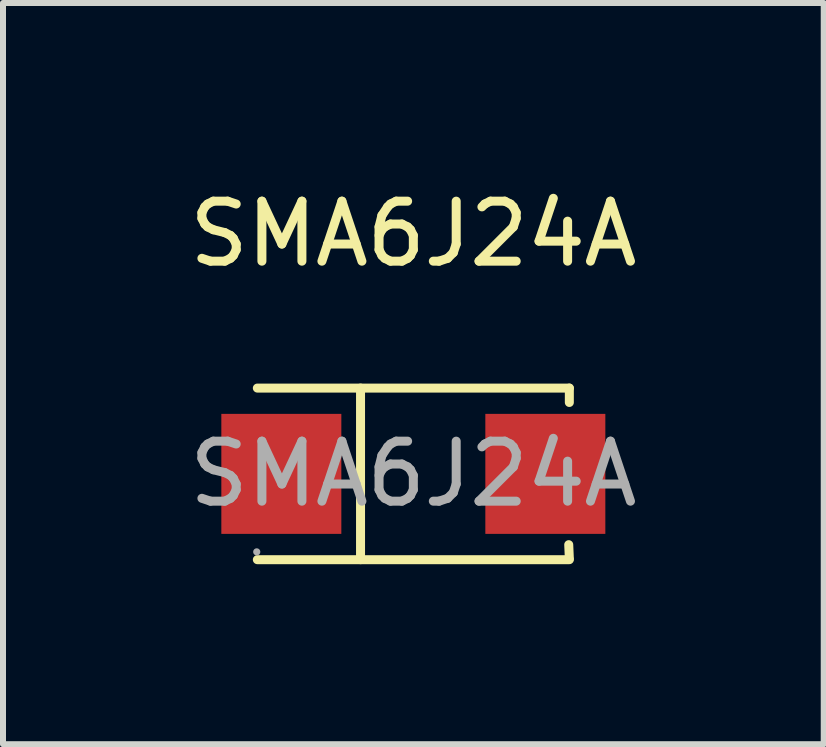
<source format=kicad_pcb>
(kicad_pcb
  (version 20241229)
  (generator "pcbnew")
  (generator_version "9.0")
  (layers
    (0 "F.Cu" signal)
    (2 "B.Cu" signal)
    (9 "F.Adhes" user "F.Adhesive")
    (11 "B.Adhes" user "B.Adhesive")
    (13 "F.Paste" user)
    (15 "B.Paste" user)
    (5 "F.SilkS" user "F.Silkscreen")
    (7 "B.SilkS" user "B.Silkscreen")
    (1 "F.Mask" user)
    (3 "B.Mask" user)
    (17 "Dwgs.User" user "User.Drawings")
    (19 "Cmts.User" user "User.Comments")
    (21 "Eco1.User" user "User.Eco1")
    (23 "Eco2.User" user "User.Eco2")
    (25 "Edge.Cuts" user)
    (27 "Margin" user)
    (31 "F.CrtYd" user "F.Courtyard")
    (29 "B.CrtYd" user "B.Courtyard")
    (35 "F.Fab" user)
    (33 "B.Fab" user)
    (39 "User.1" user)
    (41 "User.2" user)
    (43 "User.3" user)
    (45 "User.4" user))
  (footprint "SMA6J24A"
    (layer "F.Cu")
    (at 3.839 4.848)
    (property "Reference" "SMA6J24A" (at 0 -4 0) (layer "F.SilkS") (effects (font (size 1 1) (thickness 0.15))))
    (attr smd)
    (fp_line (start -2.6 -1.43) (end 2.6 -1.43) (stroke (width 0.15) (type solid)) (layer "F.SilkS"))
    (fp_line (start -2.6 1.43) (end 2.6 1.43) (stroke (width 0.15) (type solid)) (layer "F.SilkS"))
    (fp_line (start -0.88 -1.43) (end -0.88 1.43) (stroke (width 0.15) (type solid)) (layer "F.SilkS"))
    (fp_line (start 2.59 1.18) (end 2.6 1.41) (stroke (width 0.15) (type solid)) (layer "F.SilkS"))
    (fp_line (start 2.6 -1.43) (end 2.6 -1.19) (stroke (width 0.15) (type solid)) (layer "F.SilkS"))
    (fp_circle (center -2.61 1.3) (end -2.58 1.3) (stroke (width 0.06) (type solid)) (fill no) (layer "F.Fab"))
    (fp_text user "${REFERENCE}" (at 0 0 0) (layer "F.Fab") (effects (font (size 1 1) (thickness 0.15))))
    (pad "1" smd rect (at -2.2 0 180) (size 2 2) (layers "F.Cu" "F.Mask" "F.Paste"))
    (pad "2" smd rect (at 2.2 0 180) (size 2 2) (layers "F.Cu" "F.Mask" "F.Paste")))
  (gr_rect
    (start -3 -3)
    (end 10.679 9.353)
    (stroke (width 0.1) (type default))
    (fill no)
    (layer "Edge.Cuts")))
</source>
